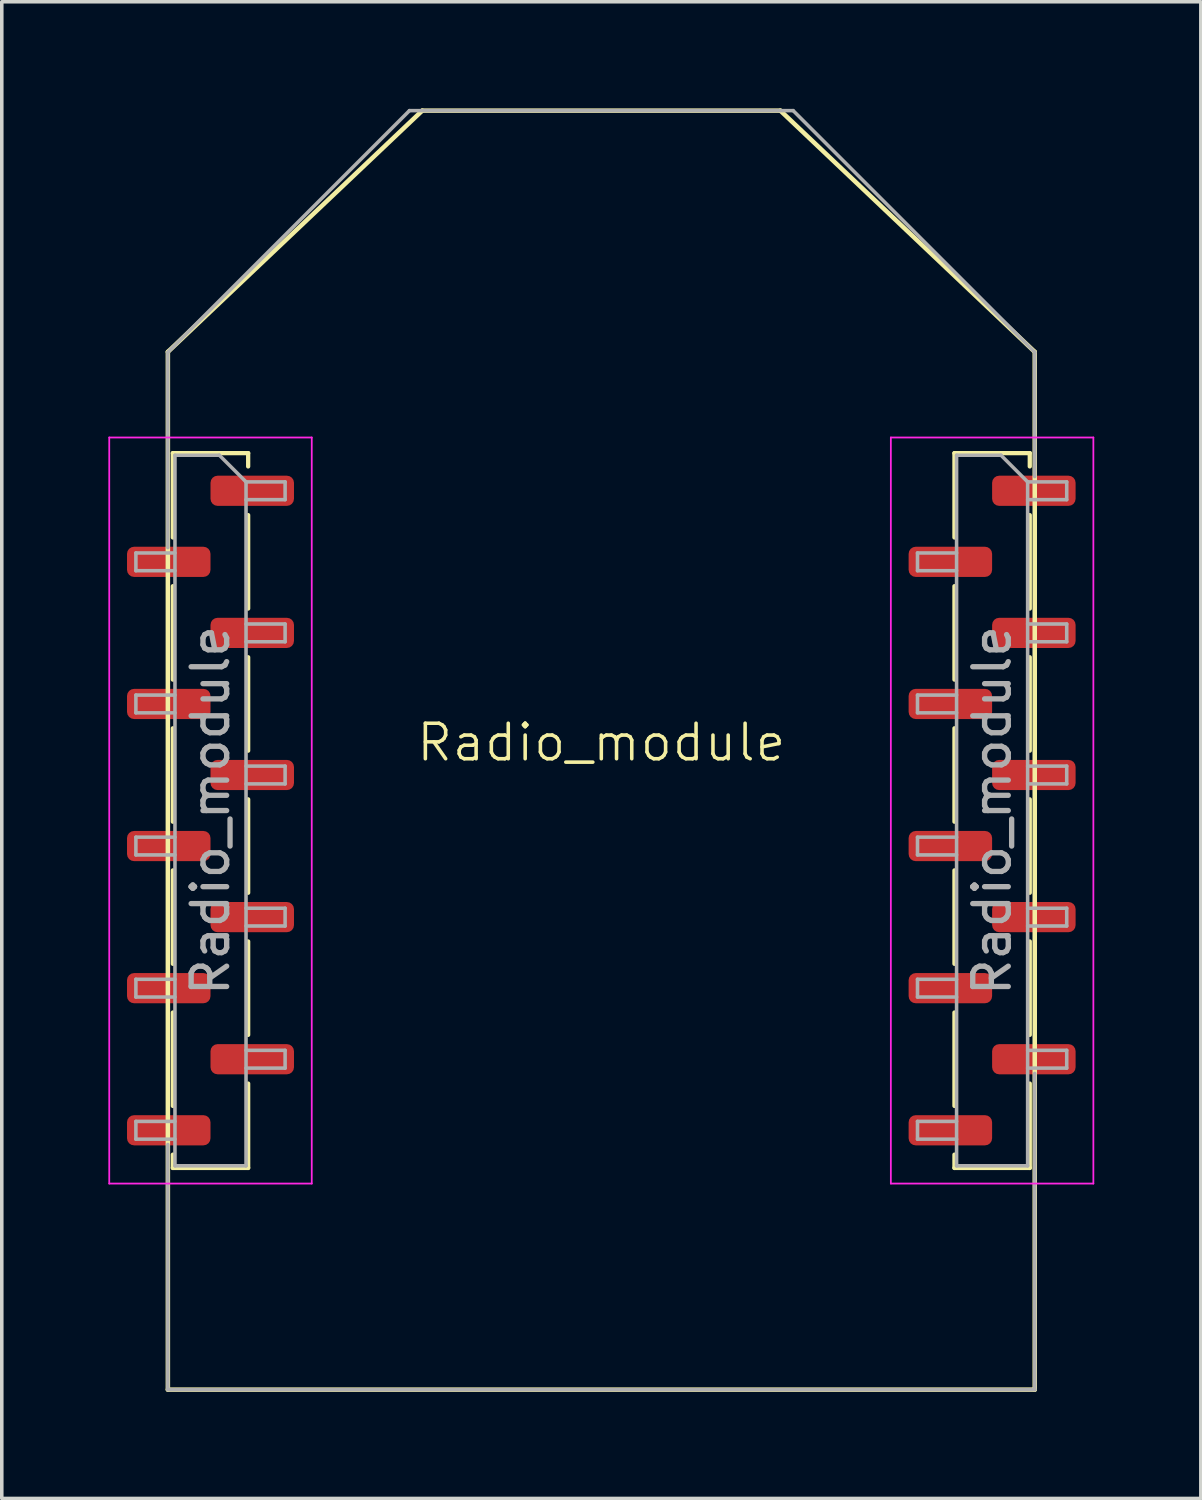
<source format=kicad_pcb>
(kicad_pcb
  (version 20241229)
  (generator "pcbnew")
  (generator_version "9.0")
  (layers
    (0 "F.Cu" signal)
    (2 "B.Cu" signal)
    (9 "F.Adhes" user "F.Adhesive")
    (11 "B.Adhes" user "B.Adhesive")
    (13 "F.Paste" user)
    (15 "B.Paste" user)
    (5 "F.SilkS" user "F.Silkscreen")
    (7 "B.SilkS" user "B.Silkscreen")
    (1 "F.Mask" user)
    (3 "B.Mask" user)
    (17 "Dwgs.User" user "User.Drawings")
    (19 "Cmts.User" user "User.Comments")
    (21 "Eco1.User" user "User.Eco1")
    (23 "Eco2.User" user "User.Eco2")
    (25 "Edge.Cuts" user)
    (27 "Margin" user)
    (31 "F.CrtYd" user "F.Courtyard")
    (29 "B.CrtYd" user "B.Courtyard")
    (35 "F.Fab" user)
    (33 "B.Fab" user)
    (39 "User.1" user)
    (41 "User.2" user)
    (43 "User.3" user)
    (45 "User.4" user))
  (footprint "Radio_module"
    (layer "F.Cu")
    (at 13.875 18.764)
    (property "Reference" "Radio_module" (at 0 -1.5 0) (layer "F.SilkS") (effects (font (size 1 1) (thickness 0.1)) (justify top)))
    (attr through_hole)
    (fp_line (start -12.2 17.3) (end -12.2 -11.91) (stroke (width 0.127) (type solid)) (layer "F.SilkS"))
    (fp_line (start -12.2 17.3) (end 12.2 17.3) (stroke (width 0.127) (type solid)) (layer "F.SilkS"))
    (fp_line (start -12.06 -9.06) (end -12.06 -6.685) (stroke (width 0.12) (type solid)) (layer "F.SilkS"))
    (fp_line (start -12.06 -9.06) (end -9.94 -9.06) (stroke (width 0.12) (type solid)) (layer "F.SilkS"))
    (fp_line (start -12.06 -5.315) (end -12.06 -2.685) (stroke (width 0.12) (type solid)) (layer "F.SilkS"))
    (fp_line (start -12.06 -1.315) (end -12.06 1.315) (stroke (width 0.12) (type solid)) (layer "F.SilkS"))
    (fp_line (start -12.06 2.685) (end -12.06 5.315) (stroke (width 0.12) (type solid)) (layer "F.SilkS"))
    (fp_line (start -12.06 6.685) (end -12.06 9.315) (stroke (width 0.12) (type solid)) (layer "F.SilkS"))
    (fp_line (start -12.06 10.685) (end -12.06 11.06) (stroke (width 0.12) (type solid)) (layer "F.SilkS"))
    (fp_line (start -12.06 11.06) (end -9.94 11.06) (stroke (width 0.12) (type solid)) (layer "F.SilkS"))
    (fp_line (start -9.94 -9.06) (end -9.94 -8.685) (stroke (width 0.12) (type solid)) (layer "F.SilkS"))
    (fp_line (start -9.94 -7.315) (end -9.94 -4.685) (stroke (width 0.12) (type solid)) (layer "F.SilkS"))
    (fp_line (start -9.94 -3.315) (end -9.94 -0.685) (stroke (width 0.12) (type solid)) (layer "F.SilkS"))
    (fp_line (start -9.94 0.685) (end -9.94 3.315) (stroke (width 0.12) (type solid)) (layer "F.SilkS"))
    (fp_line (start -9.94 4.685) (end -9.94 7.315) (stroke (width 0.12) (type solid)) (layer "F.SilkS"))
    (fp_line (start -9.94 8.685) (end -9.94 11.06) (stroke (width 0.12) (type solid)) (layer "F.SilkS"))
    (fp_line (start -5.04 -18.7) (end -12.2 -11.91) (stroke (width 0.127) (type solid)) (layer "F.SilkS"))
    (fp_line (start -5.04 -18.7) (end 5.04 -18.7) (stroke (width 0.127) (type solid)) (layer "F.SilkS"))
    (fp_line (start 5.04 -18.7) (end 12.2 -11.91) (stroke (width 0.127) (type solid)) (layer "F.SilkS"))
    (fp_line (start 9.94 -9.06) (end 9.94 -6.685) (stroke (width 0.12) (type solid)) (layer "F.SilkS"))
    (fp_line (start 9.94 -9.06) (end 12.06 -9.06) (stroke (width 0.12) (type solid)) (layer "F.SilkS"))
    (fp_line (start 9.94 -5.315) (end 9.94 -2.685) (stroke (width 0.12) (type solid)) (layer "F.SilkS"))
    (fp_line (start 9.94 -1.315) (end 9.94 1.315) (stroke (width 0.12) (type solid)) (layer "F.SilkS"))
    (fp_line (start 9.94 2.685) (end 9.94 5.315) (stroke (width 0.12) (type solid)) (layer "F.SilkS"))
    (fp_line (start 9.94 6.685) (end 9.94 9.315) (stroke (width 0.12) (type solid)) (layer "F.SilkS"))
    (fp_line (start 9.94 10.685) (end 9.94 11.06) (stroke (width 0.12) (type solid)) (layer "F.SilkS"))
    (fp_line (start 9.94 11.06) (end 12.06 11.06) (stroke (width 0.12) (type solid)) (layer "F.SilkS"))
    (fp_line (start 12.06 -9.06) (end 12.06 -8.685) (stroke (width 0.12) (type solid)) (layer "F.SilkS"))
    (fp_line (start 12.06 -7.315) (end 12.06 -4.685) (stroke (width 0.12) (type solid)) (layer "F.SilkS"))
    (fp_line (start 12.06 -3.315) (end 12.06 -0.685) (stroke (width 0.12) (type solid)) (layer "F.SilkS"))
    (fp_line (start 12.06 0.685) (end 12.06 3.315) (stroke (width 0.12) (type solid)) (layer "F.SilkS"))
    (fp_line (start 12.06 4.685) (end 12.06 7.315) (stroke (width 0.12) (type solid)) (layer "F.SilkS"))
    (fp_line (start 12.06 8.685) (end 12.06 11.06) (stroke (width 0.12) (type solid)) (layer "F.SilkS"))
    (fp_line (start 12.2 17.3) (end 12.2 -11.91) (stroke (width 0.127) (type solid)) (layer "F.SilkS"))
    (fp_line (start -13.85 -9.5) (end -13.85 11.5) (stroke (width 0.05) (type solid)) (layer "F.CrtYd"))
    (fp_line (start -13.85 11.5) (end -8.15 11.5) (stroke (width 0.05) (type solid)) (layer "F.CrtYd"))
    (fp_line (start -8.15 -9.5) (end -13.85 -9.5) (stroke (width 0.05) (type solid)) (layer "F.CrtYd"))
    (fp_line (start -8.15 11.5) (end -8.15 -9.5) (stroke (width 0.05) (type solid)) (layer "F.CrtYd"))
    (fp_line (start 8.15 -9.5) (end 8.15 11.5) (stroke (width 0.05) (type solid)) (layer "F.CrtYd"))
    (fp_line (start 8.15 11.5) (end 13.85 11.5) (stroke (width 0.05) (type solid)) (layer "F.CrtYd"))
    (fp_line (start 13.85 -9.5) (end 8.15 -9.5) (stroke (width 0.05) (type solid)) (layer "F.CrtYd"))
    (fp_line (start 13.85 11.5) (end 13.85 -9.5) (stroke (width 0.05) (type solid)) (layer "F.CrtYd"))
    (fp_line (start -13.1 -6.25) (end -13.1 -5.75) (stroke (width 0.1) (type solid)) (layer "F.Fab"))
    (fp_line (start -13.1 -5.75) (end -12 -5.75) (stroke (width 0.1) (type solid)) (layer "F.Fab"))
    (fp_line (start -13.1 -2.25) (end -13.1 -1.75) (stroke (width 0.1) (type solid)) (layer "F.Fab"))
    (fp_line (start -13.1 -1.75) (end -12 -1.75) (stroke (width 0.1) (type solid)) (layer "F.Fab"))
    (fp_line (start -13.1 1.75) (end -13.1 2.25) (stroke (width 0.1) (type solid)) (layer "F.Fab"))
    (fp_line (start -13.1 2.25) (end -12 2.25) (stroke (width 0.1) (type solid)) (layer "F.Fab"))
    (fp_line (start -13.1 5.75) (end -13.1 6.25) (stroke (width 0.1) (type solid)) (layer "F.Fab"))
    (fp_line (start -13.1 6.25) (end -12 6.25) (stroke (width 0.1) (type solid)) (layer "F.Fab"))
    (fp_line (start -13.1 9.75) (end -13.1 10.25) (stroke (width 0.1) (type solid)) (layer "F.Fab"))
    (fp_line (start -13.1 10.25) (end -12 10.25) (stroke (width 0.1) (type solid)) (layer "F.Fab"))
    (fp_line (start -12.2 -11.9) (end -5.4 -18.7) (stroke (width 0.1) (type solid)) (layer "F.Fab"))
    (fp_line (start -12.2 -6.4) (end -12.2 -11.9) (stroke (width 0.1) (type solid)) (layer "F.Fab"))
    (fp_line (start -12.2 17.3) (end -12.2 10.4) (stroke (width 0.1) (type solid)) (layer "F.Fab"))
    (fp_line (start -12 -9) (end -12 11) (stroke (width 0.1) (type solid)) (layer "F.Fab"))
    (fp_line (start -12 -9) (end -10.75 -9) (stroke (width 0.1) (type solid)) (layer "F.Fab"))
    (fp_line (start -12 -6.25) (end -13.1 -6.25) (stroke (width 0.1) (type solid)) (layer "F.Fab"))
    (fp_line (start -12 -2.25) (end -13.1 -2.25) (stroke (width 0.1) (type solid)) (layer "F.Fab"))
    (fp_line (start -12 1.75) (end -13.1 1.75) (stroke (width 0.1) (type solid)) (layer "F.Fab"))
    (fp_line (start -12 5.75) (end -13.1 5.75) (stroke (width 0.1) (type solid)) (layer "F.Fab"))
    (fp_line (start -12 9.75) (end -13.1 9.75) (stroke (width 0.1) (type solid)) (layer "F.Fab"))
    (fp_line (start -10 -8.25) (end -10.75 -9) (stroke (width 0.1) (type solid)) (layer "F.Fab"))
    (fp_line (start -10 -8.25) (end -8.9 -8.25) (stroke (width 0.1) (type solid)) (layer "F.Fab"))
    (fp_line (start -10 -4.25) (end -8.9 -4.25) (stroke (width 0.1) (type solid)) (layer "F.Fab"))
    (fp_line (start -10 -0.25) (end -8.9 -0.25) (stroke (width 0.1) (type solid)) (layer "F.Fab"))
    (fp_line (start -10 3.75) (end -8.9 3.75) (stroke (width 0.1) (type solid)) (layer "F.Fab"))
    (fp_line (start -10 7.75) (end -8.9 7.75) (stroke (width 0.1) (type solid)) (layer "F.Fab"))
    (fp_line (start -10 11) (end -12 11) (stroke (width 0.1) (type solid)) (layer "F.Fab"))
    (fp_line (start -10 11) (end -10 -8.25) (stroke (width 0.1) (type solid)) (layer "F.Fab"))
    (fp_line (start -8.9 -8.25) (end -8.9 -7.75) (stroke (width 0.1) (type solid)) (layer "F.Fab"))
    (fp_line (start -8.9 -7.75) (end -10 -7.75) (stroke (width 0.1) (type solid)) (layer "F.Fab"))
    (fp_line (start -8.9 -4.25) (end -8.9 -3.75) (stroke (width 0.1) (type solid)) (layer "F.Fab"))
    (fp_line (start -8.9 -3.75) (end -10 -3.75) (stroke (width 0.1) (type solid)) (layer "F.Fab"))
    (fp_line (start -8.9 -0.25) (end -8.9 0.25) (stroke (width 0.1) (type solid)) (layer "F.Fab"))
    (fp_line (start -8.9 0.25) (end -10 0.25) (stroke (width 0.1) (type solid)) (layer "F.Fab"))
    (fp_line (start -8.9 3.75) (end -8.9 4.25) (stroke (width 0.1) (type solid)) (layer "F.Fab"))
    (fp_line (start -8.9 4.25) (end -10 4.25) (stroke (width 0.1) (type solid)) (layer "F.Fab"))
    (fp_line (start -8.9 7.75) (end -8.9 8.25) (stroke (width 0.1) (type solid)) (layer "F.Fab"))
    (fp_line (start -8.9 8.25) (end -10 8.25) (stroke (width 0.1) (type solid)) (layer "F.Fab"))
    (fp_line (start -5.4 -18.7) (end 5.4 -18.7) (stroke (width 0.1) (type solid)) (layer "F.Fab"))
    (fp_line (start 5.4 -18.7) (end 12.2 -11.9) (stroke (width 0.1) (type solid)) (layer "F.Fab"))
    (fp_line (start 8.9 -6.25) (end 8.9 -5.75) (stroke (width 0.1) (type solid)) (layer "F.Fab"))
    (fp_line (start 8.9 -5.75) (end 10 -5.75) (stroke (width 0.1) (type solid)) (layer "F.Fab"))
    (fp_line (start 8.9 -2.25) (end 8.9 -1.75) (stroke (width 0.1) (type solid)) (layer "F.Fab"))
    (fp_line (start 8.9 -1.75) (end 10 -1.75) (stroke (width 0.1) (type solid)) (layer "F.Fab"))
    (fp_line (start 8.9 1.75) (end 8.9 2.25) (stroke (width 0.1) (type solid)) (layer "F.Fab"))
    (fp_line (start 8.9 2.25) (end 10 2.25) (stroke (width 0.1) (type solid)) (layer "F.Fab"))
    (fp_line (start 8.9 5.75) (end 8.9 6.25) (stroke (width 0.1) (type solid)) (layer "F.Fab"))
    (fp_line (start 8.9 6.25) (end 10 6.25) (stroke (width 0.1) (type solid)) (layer "F.Fab"))
    (fp_line (start 8.9 9.75) (end 8.9 10.25) (stroke (width 0.1) (type solid)) (layer "F.Fab"))
    (fp_line (start 8.9 10.25) (end 10 10.25) (stroke (width 0.1) (type solid)) (layer "F.Fab"))
    (fp_line (start 10 -9) (end 10 11) (stroke (width 0.1) (type solid)) (layer "F.Fab"))
    (fp_line (start 10 -9) (end 11.25 -9) (stroke (width 0.1) (type solid)) (layer "F.Fab"))
    (fp_line (start 10 -6.25) (end 8.9 -6.25) (stroke (width 0.1) (type solid)) (layer "F.Fab"))
    (fp_line (start 10 -2.25) (end 8.9 -2.25) (stroke (width 0.1) (type solid)) (layer "F.Fab"))
    (fp_line (start 10 1.75) (end 8.9 1.75) (stroke (width 0.1) (type solid)) (layer "F.Fab"))
    (fp_line (start 10 5.75) (end 8.9 5.75) (stroke (width 0.1) (type solid)) (layer "F.Fab"))
    (fp_line (start 10 9.75) (end 8.9 9.75) (stroke (width 0.1) (type solid)) (layer "F.Fab"))
    (fp_line (start 12 -8.25) (end 11.25 -9) (stroke (width 0.1) (type solid)) (layer "F.Fab"))
    (fp_line (start 12 -8.25) (end 13.1 -8.25) (stroke (width 0.1) (type solid)) (layer "F.Fab"))
    (fp_line (start 12 -4.25) (end 13.1 -4.25) (stroke (width 0.1) (type solid)) (layer "F.Fab"))
    (fp_line (start 12 -0.25) (end 13.1 -0.25) (stroke (width 0.1) (type solid)) (layer "F.Fab"))
    (fp_line (start 12 3.75) (end 13.1 3.75) (stroke (width 0.1) (type solid)) (layer "F.Fab"))
    (fp_line (start 12 7.75) (end 13.1 7.75) (stroke (width 0.1) (type solid)) (layer "F.Fab"))
    (fp_line (start 12 11) (end 10 11) (stroke (width 0.1) (type solid)) (layer "F.Fab"))
    (fp_line (start 12 11) (end 12 -8.25) (stroke (width 0.1) (type solid)) (layer "F.Fab"))
    (fp_line (start 12.2 -11.9) (end 12.2 -8.4) (stroke (width 0.1) (type solid)) (layer "F.Fab"))
    (fp_line (start 12.2 8.4) (end 12.2 17.3) (stroke (width 0.1) (type solid)) (layer "F.Fab"))
    (fp_line (start 12.2 17.3) (end -12.2 17.3) (stroke (width 0.1) (type solid)) (layer "F.Fab"))
    (fp_line (start 13.1 -8.25) (end 13.1 -7.75) (stroke (width 0.1) (type solid)) (layer "F.Fab"))
    (fp_line (start 13.1 -7.75) (end 12 -7.75) (stroke (width 0.1) (type solid)) (layer "F.Fab"))
    (fp_line (start 13.1 -4.25) (end 13.1 -3.75) (stroke (width 0.1) (type solid)) (layer "F.Fab"))
    (fp_line (start 13.1 -3.75) (end 12 -3.75) (stroke (width 0.1) (type solid)) (layer "F.Fab"))
    (fp_line (start 13.1 -0.25) (end 13.1 0.25) (stroke (width 0.1) (type solid)) (layer "F.Fab"))
    (fp_line (start 13.1 0.25) (end 12 0.25) (stroke (width 0.1) (type solid)) (layer "F.Fab"))
    (fp_line (start 13.1 3.75) (end 13.1 4.25) (stroke (width 0.1) (type solid)) (layer "F.Fab"))
    (fp_line (start 13.1 4.25) (end 12 4.25) (stroke (width 0.1) (type solid)) (layer "F.Fab"))
    (fp_line (start 13.1 7.75) (end 13.1 8.25) (stroke (width 0.1) (type solid)) (layer "F.Fab"))
    (fp_line (start 13.1 8.25) (end 12 8.25) (stroke (width 0.1) (type solid)) (layer "F.Fab"))
    (fp_text user "${REFERENCE}" (at -11 1 90) (layer "F.Fab") (effects (font (size 1 1) (thickness 0.15))))
    (fp_text user "${REFERENCE}" (at 11 1 90) (layer "F.Fab") (effects (font (size 1 1) (thickness 0.15))))
    (pad "1" smd roundrect (at -9.825 -8) (size 2.35 0.85) (layers "F.Cu" "F.Mask" "F.Paste") (roundrect_rratio 0.235))
    (pad "2" smd roundrect (at -12.175 -6) (size 2.35 0.85) (layers "F.Cu" "F.Mask" "F.Paste") (roundrect_rratio 0.235))
    (pad "3" smd roundrect (at -9.825 -4) (size 2.35 0.85) (layers "F.Cu" "F.Mask" "F.Paste") (roundrect_rratio 0.235))
    (pad "4" smd roundrect (at -12.175 -2) (size 2.35 0.85) (layers "F.Cu" "F.Mask" "F.Paste") (roundrect_rratio 0.235))
    (pad "5" smd roundrect (at -9.825 0) (size 2.35 0.85) (layers "F.Cu" "F.Mask" "F.Paste") (roundrect_rratio 0.235))
    (pad "6" smd roundrect (at -12.175 2) (size 2.35 0.85) (layers "F.Cu" "F.Mask" "F.Paste") (roundrect_rratio 0.235))
    (pad "7" smd roundrect (at -9.825 4) (size 2.35 0.85) (layers "F.Cu" "F.Mask" "F.Paste") (roundrect_rratio 0.235))
    (pad "8" smd roundrect (at -12.175 6) (size 2.35 0.85) (layers "F.Cu" "F.Mask" "F.Paste") (roundrect_rratio 0.235))
    (pad "9" smd roundrect (at -9.825 8) (size 2.35 0.85) (layers "F.Cu" "F.Mask" "F.Paste") (roundrect_rratio 0.235))
    (pad "10" smd roundrect (at -12.175 10) (size 2.35 0.85) (layers "F.Cu" "F.Mask" "F.Paste") (roundrect_rratio 0.235))
    (pad "11" smd roundrect (at 9.825 10) (size 2.35 0.85) (layers "F.Cu" "F.Mask" "F.Paste") (roundrect_rratio 0.235))
    (pad "12" smd roundrect (at 12.175 8) (size 2.35 0.85) (layers "F.Cu" "F.Mask" "F.Paste") (roundrect_rratio 0.235))
    (pad "13" smd roundrect (at 9.825 6) (size 2.35 0.85) (layers "F.Cu" "F.Mask" "F.Paste") (roundrect_rratio 0.235))
    (pad "14" smd roundrect (at 12.175 4) (size 2.35 0.85) (layers "F.Cu" "F.Mask" "F.Paste") (roundrect_rratio 0.235))
    (pad "15" smd roundrect (at 9.825 2) (size 2.35 0.85) (layers "F.Cu" "F.Mask" "F.Paste") (roundrect_rratio 0.235))
    (pad "16" smd roundrect (at 12.175 0) (size 2.35 0.85) (layers "F.Cu" "F.Mask" "F.Paste") (roundrect_rratio 0.235))
    (pad "17" smd roundrect (at 9.825 -2) (size 2.35 0.85) (layers "F.Cu" "F.Mask" "F.Paste") (roundrect_rratio 0.235))
    (pad "18" smd roundrect (at 12.175 -4) (size 2.35 0.85) (layers "F.Cu" "F.Mask" "F.Paste") (roundrect_rratio 0.235))
    (pad "19" smd roundrect (at 9.825 -6) (size 2.35 0.85) (layers "F.Cu" "F.Mask" "F.Paste") (roundrect_rratio 0.235))
    (pad "20" smd roundrect (at 12.175 -8) (size 2.35 0.85) (layers "F.Cu" "F.Mask" "F.Paste") (roundrect_rratio 0.235)))
  (gr_rect
    (start -3 -3)
    (end 30.75 39.127)
    (stroke (width 0.1) (type default))
    (fill no)
    (layer "Edge.Cuts")))
</source>
